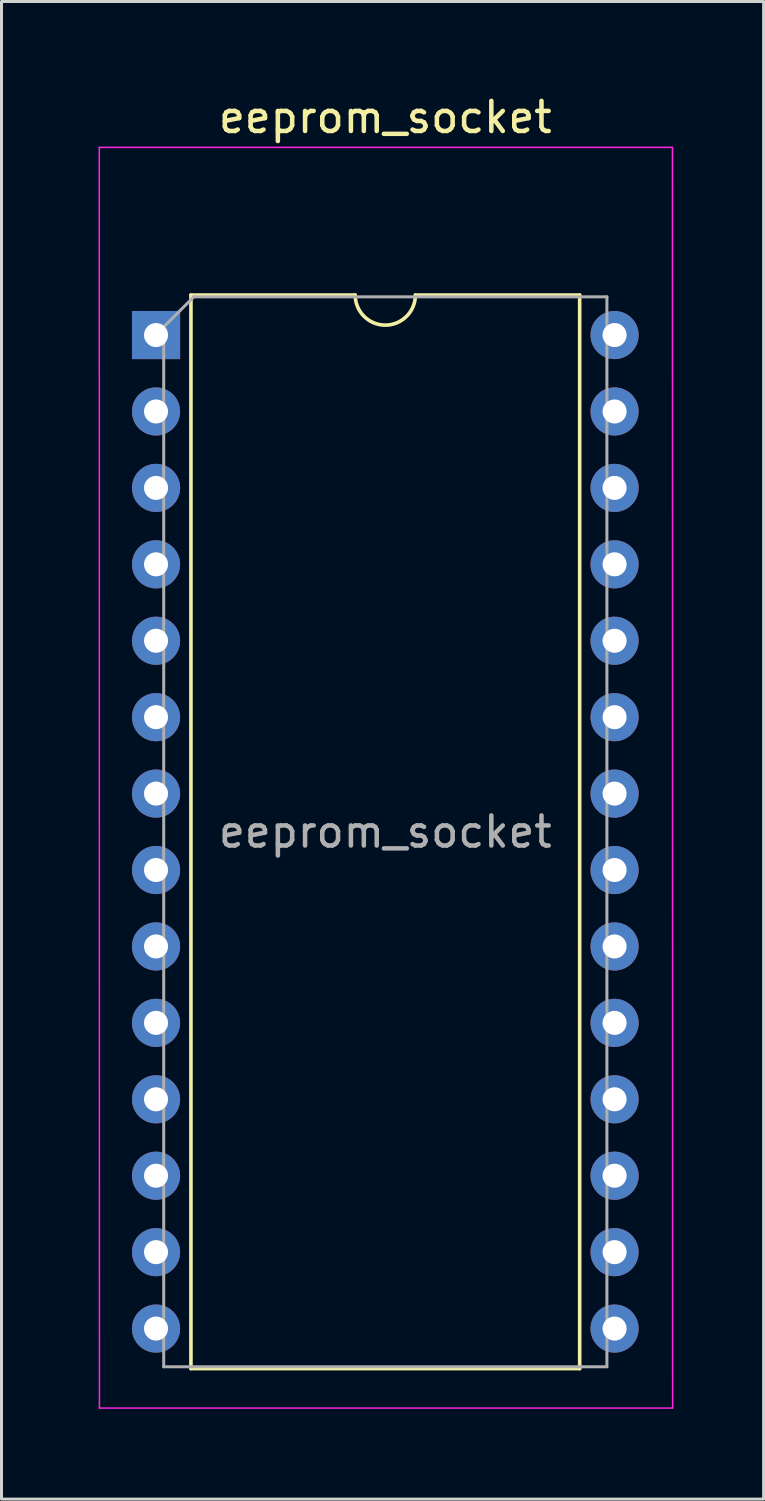
<source format=kicad_pcb>
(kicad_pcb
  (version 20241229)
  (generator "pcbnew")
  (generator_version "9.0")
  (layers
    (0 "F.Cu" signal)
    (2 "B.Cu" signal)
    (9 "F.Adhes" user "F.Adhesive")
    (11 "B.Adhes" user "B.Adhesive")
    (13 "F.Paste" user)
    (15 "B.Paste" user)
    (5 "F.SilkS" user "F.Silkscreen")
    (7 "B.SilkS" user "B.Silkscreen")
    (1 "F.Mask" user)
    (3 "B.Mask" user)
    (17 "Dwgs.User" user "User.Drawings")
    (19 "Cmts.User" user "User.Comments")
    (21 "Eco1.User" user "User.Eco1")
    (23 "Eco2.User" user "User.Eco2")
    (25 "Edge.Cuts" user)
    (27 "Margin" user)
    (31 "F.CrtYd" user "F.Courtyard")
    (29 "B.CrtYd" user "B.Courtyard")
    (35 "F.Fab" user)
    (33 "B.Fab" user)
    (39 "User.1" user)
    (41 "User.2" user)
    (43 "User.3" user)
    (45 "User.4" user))
  (footprint "eeprom_socket"
    (layer "F.Cu")
    (at 0.25 1.848)
    (property "Reference" "eeprom_socket" (at 9.506 -1 0) (layer "F.SilkS") (effects (font (size 1 1) (thickness 0.15))))
    (attr through_hole)
    (fp_line (start 3.046 4.908) (end 3.046 40.588) (stroke (width 0.12) (type solid)) (layer "F.SilkS"))
    (fp_line (start 3.046 40.588) (end 15.966 40.588) (stroke (width 0.12) (type solid)) (layer "F.SilkS"))
    (fp_line (start 8.506 4.908) (end 3.046 4.908) (stroke (width 0.12) (type solid)) (layer "F.SilkS"))
    (fp_line (start 15.966 4.908) (end 10.506 4.908) (stroke (width 0.12) (type solid)) (layer "F.SilkS"))
    (fp_line (start 15.966 40.588) (end 15.966 4.908) (stroke (width 0.12) (type solid)) (layer "F.SilkS"))
    (fp_arc (start 10.505654 4.907757) (mid 9.505654 5.907757) (end 8.505654 4.907757) (stroke (width 0.12) (type solid)) (layer "F.SilkS"))
    (fp_line (start 0 0) (end 0.005 41.9) (stroke (width 0.05) (type solid)) (layer "F.CrtYd"))
    (fp_line (start 0 41.9) (end 19.05 41.9) (stroke (width 0.05) (type solid)) (layer "F.CrtYd"))
    (fp_line (start 19.05 0) (end 0.005 0) (stroke (width 0.05) (type solid)) (layer "F.CrtYd"))
    (fp_line (start 19.055 41.9) (end 19.05 0) (stroke (width 0.05) (type solid)) (layer "F.CrtYd"))
    (fp_line (start 2.141 5.968) (end 3.141 4.968) (stroke (width 0.1) (type solid)) (layer "F.Fab"))
    (fp_line (start 2.141 40.528) (end 2.141 5.968) (stroke (width 0.1) (type solid)) (layer "F.Fab"))
    (fp_line (start 3.141 4.968) (end 16.871 4.968) (stroke (width 0.1) (type solid)) (layer "F.Fab"))
    (fp_line (start 16.871 4.968) (end 16.871 40.528) (stroke (width 0.1) (type solid)) (layer "F.Fab"))
    (fp_line (start 16.871 40.528) (end 2.141 40.528) (stroke (width 0.1) (type solid)) (layer "F.Fab"))
    (fp_text user "${REFERENCE}" (at 9.506 22.748 0) (layer "F.Fab") (effects (font (size 1 1) (thickness 0.15))))
    (pad "1" thru_hole rect (at 1.886 6.238) (size 1.6 1.6) (drill 0.8) (layers "*.Cu" "*.Mask"))
    (pad "2" thru_hole oval (at 1.886 8.778) (size 1.6 1.6) (drill 0.8) (layers "*.Cu" "*.Mask"))
    (pad "3" thru_hole oval (at 1.886 11.318) (size 1.6 1.6) (drill 0.8) (layers "*.Cu" "*.Mask"))
    (pad "4" thru_hole oval (at 1.886 13.858) (size 1.6 1.6) (drill 0.8) (layers "*.Cu" "*.Mask"))
    (pad "5" thru_hole oval (at 1.886 16.398) (size 1.6 1.6) (drill 0.8) (layers "*.Cu" "*.Mask"))
    (pad "6" thru_hole oval (at 1.886 18.938) (size 1.6 1.6) (drill 0.8) (layers "*.Cu" "*.Mask"))
    (pad "7" thru_hole oval (at 1.886 21.478) (size 1.6 1.6) (drill 0.8) (layers "*.Cu" "*.Mask"))
    (pad "8" thru_hole oval (at 1.886 24.018) (size 1.6 1.6) (drill 0.8) (layers "*.Cu" "*.Mask"))
    (pad "9" thru_hole oval (at 1.886 26.558) (size 1.6 1.6) (drill 0.8) (layers "*.Cu" "*.Mask"))
    (pad "10" thru_hole oval (at 1.886 29.098) (size 1.6 1.6) (drill 0.8) (layers "*.Cu" "*.Mask"))
    (pad "11" thru_hole oval (at 1.886 31.638) (size 1.6 1.6) (drill 0.8) (layers "*.Cu" "*.Mask"))
    (pad "12" thru_hole oval (at 1.886 34.178) (size 1.6 1.6) (drill 0.8) (layers "*.Cu" "*.Mask"))
    (pad "13" thru_hole oval (at 1.886 36.718) (size 1.6 1.6) (drill 0.8) (layers "*.Cu" "*.Mask"))
    (pad "14" thru_hole oval (at 1.886 39.258) (size 1.6 1.6) (drill 0.8) (layers "*.Cu" "*.Mask"))
    (pad "15" thru_hole oval (at 17.126 39.258) (size 1.6 1.6) (drill 0.8) (layers "*.Cu" "*.Mask"))
    (pad "16" thru_hole oval (at 17.126 36.718) (size 1.6 1.6) (drill 0.8) (layers "*.Cu" "*.Mask"))
    (pad "17" thru_hole oval (at 17.126 34.178) (size 1.6 1.6) (drill 0.8) (layers "*.Cu" "*.Mask"))
    (pad "18" thru_hole oval (at 17.126 31.638) (size 1.6 1.6) (drill 0.8) (layers "*.Cu" "*.Mask"))
    (pad "19" thru_hole oval (at 17.126 29.098) (size 1.6 1.6) (drill 0.8) (layers "*.Cu" "*.Mask"))
    (pad "20" thru_hole oval (at 17.126 26.558) (size 1.6 1.6) (drill 0.8) (layers "*.Cu" "*.Mask"))
    (pad "21" thru_hole oval (at 17.126 24.018) (size 1.6 1.6) (drill 0.8) (layers "*.Cu" "*.Mask"))
    (pad "22" thru_hole oval (at 17.126 21.478) (size 1.6 1.6) (drill 0.8) (layers "*.Cu" "*.Mask"))
    (pad "23" thru_hole oval (at 17.126 18.938) (size 1.6 1.6) (drill 0.8) (layers "*.Cu" "*.Mask"))
    (pad "24" thru_hole oval (at 17.126 16.398) (size 1.6 1.6) (drill 0.8) (layers "*.Cu" "*.Mask"))
    (pad "25" thru_hole oval (at 17.126 13.858) (size 1.6 1.6) (drill 0.8) (layers "*.Cu" "*.Mask"))
    (pad "26" thru_hole oval (at 17.126 11.318) (size 1.6 1.6) (drill 0.8) (layers "*.Cu" "*.Mask"))
    (pad "27" thru_hole oval (at 17.126 8.778) (size 1.6 1.6) (drill 0.8) (layers "*.Cu" "*.Mask"))
    (pad "28" thru_hole oval (at 17.126 6.238) (size 1.6 1.6) (drill 0.8) (layers "*.Cu" "*.Mask")))
  (gr_rect
    (start -3 -3)
    (end 22.33 46.773)
    (stroke (width 0.1) (type default))
    (fill no)
    (layer "Edge.Cuts")))
</source>
